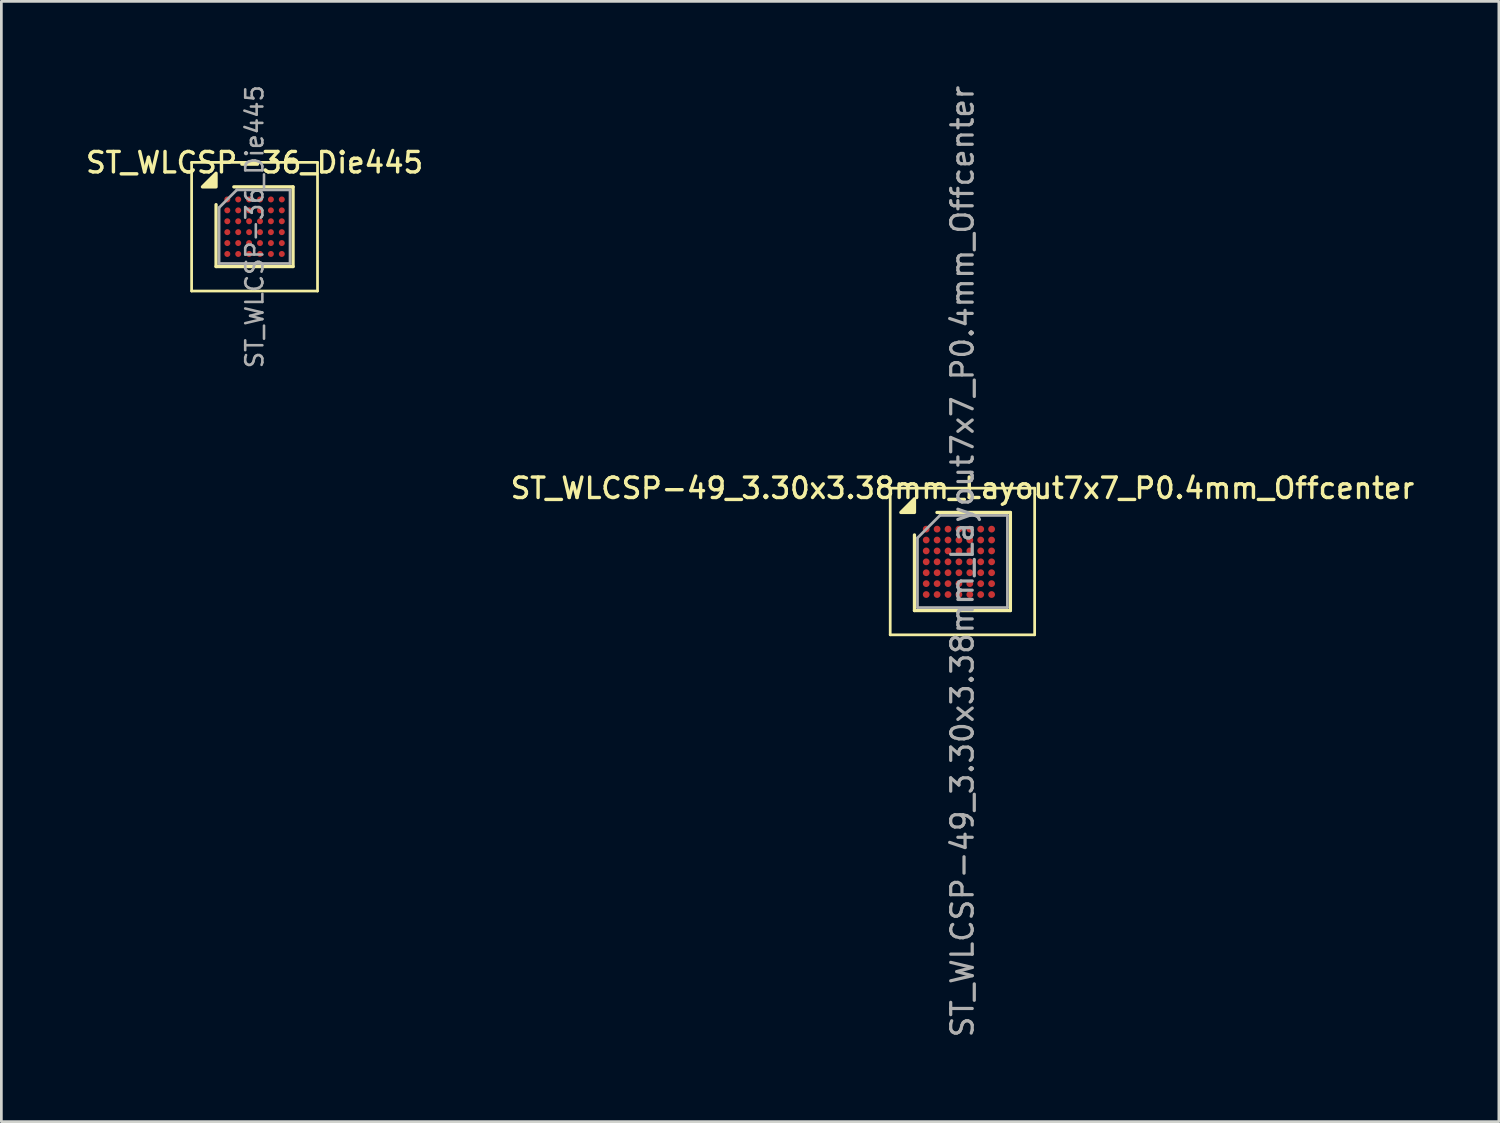
<source format=kicad_pcb>
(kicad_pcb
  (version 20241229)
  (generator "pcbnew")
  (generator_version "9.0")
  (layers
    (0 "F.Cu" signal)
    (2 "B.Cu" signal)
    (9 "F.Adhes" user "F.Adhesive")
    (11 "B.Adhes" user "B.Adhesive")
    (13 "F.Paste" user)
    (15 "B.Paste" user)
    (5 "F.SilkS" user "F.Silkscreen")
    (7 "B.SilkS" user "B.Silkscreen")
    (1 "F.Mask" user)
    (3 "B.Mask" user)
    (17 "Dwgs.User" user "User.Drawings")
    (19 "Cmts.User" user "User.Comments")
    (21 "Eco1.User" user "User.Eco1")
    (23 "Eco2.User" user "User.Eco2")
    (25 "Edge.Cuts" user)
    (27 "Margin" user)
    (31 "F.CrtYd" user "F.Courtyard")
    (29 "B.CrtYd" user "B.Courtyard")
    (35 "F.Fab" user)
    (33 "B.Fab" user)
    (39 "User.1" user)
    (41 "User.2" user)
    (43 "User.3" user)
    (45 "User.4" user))
  (footprint "ST_WLCSP-49_3.30x3.38mm_Layout7x7_P0.4mm_Offcenter"
    (layer "F.Cu")
    (at 32.266 17.554)
    (property "Reference" "ST_WLCSP-49_3.30x3.38mm_Layout7x7_P0.4mm_Offcenter" (at 0 -2.69 0) (layer "F.SilkS") (effects (font (size 0.75 0.75) (thickness 0.125))))
    (attr smd)
    (fp_line (start -2.65 -2.69) (end -2.65 2.69) (stroke (width 0.1) (type solid)) (layer "F.SilkS"))
    (fp_line (start -2.65 2.69) (end 2.65 2.69) (stroke (width 0.1) (type solid)) (layer "F.SilkS"))
    (fp_line (start -1.76 1.8) (end -1.76 -0.975) (stroke (width 0.12) (type solid)) (layer "F.SilkS"))
    (fp_line (start -0.935 -1.8) (end 1.76 -1.8) (stroke (width 0.12) (type solid)) (layer "F.SilkS"))
    (fp_line (start 1.76 -1.8) (end 1.76 1.8) (stroke (width 0.12) (type solid)) (layer "F.SilkS"))
    (fp_line (start 1.76 1.8) (end -1.76 1.8) (stroke (width 0.12) (type solid)) (layer "F.SilkS"))
    (fp_line (start 2.65 -2.69) (end -2.65 -2.69) (stroke (width 0.1) (type solid)) (layer "F.SilkS"))
    (fp_line (start 2.65 2.69) (end 2.65 -2.69) (stroke (width 0.1) (type solid)) (layer "F.SilkS"))
    (fp_poly (pts (xy -1.76 -1.8) (xy -2.26 -1.8) (xy -1.76 -2.3) (xy -1.76 -1.8)) (stroke (width 0.12) (type solid)) (fill yes) (layer "F.SilkS"))
    (fp_line (start -1.65 -0.865) (end -0.825 -1.69) (stroke (width 0.1) (type solid)) (layer "F.Fab"))
    (fp_line (start -1.65 1.69) (end -1.65 -0.865) (stroke (width 0.1) (type solid)) (layer "F.Fab"))
    (fp_line (start -0.825 -1.69) (end 1.65 -1.69) (stroke (width 0.1) (type solid)) (layer "F.Fab"))
    (fp_line (start 1.65 -1.69) (end 1.65 1.69) (stroke (width 0.1) (type solid)) (layer "F.Fab"))
    (fp_line (start 1.65 1.69) (end -1.65 1.69) (stroke (width 0.1) (type solid)) (layer "F.Fab"))
    (fp_text user "${REFERENCE}" (at 0 0 270) (layer "F.Fab") (effects (font (size 0.79 0.79) (thickness 0.118))))
    (pad "A1" smd circle (at -1.329 -1.188) (size 0.25 0.25) (property pad_prop_bga) (layers "F.Cu" "F.Mask" "F.Paste"))
    (pad "A2" smd circle (at -0.929 -1.188) (size 0.25 0.25) (property pad_prop_bga) (layers "F.Cu" "F.Mask" "F.Paste"))
    (pad "A3" smd circle (at -0.529 -1.188) (size 0.25 0.25) (property pad_prop_bga) (layers "F.Cu" "F.Mask" "F.Paste"))
    (pad "A4" smd circle (at -0.129 -1.188) (size 0.25 0.25) (property pad_prop_bga) (layers "F.Cu" "F.Mask" "F.Paste"))
    (pad "A5" smd circle (at 0.271 -1.188) (size 0.25 0.25) (property pad_prop_bga) (layers "F.Cu" "F.Mask" "F.Paste"))
    (pad "A6" smd circle (at 0.671 -1.188) (size 0.25 0.25) (property pad_prop_bga) (layers "F.Cu" "F.Mask" "F.Paste"))
    (pad "A7" smd circle (at 1.071 -1.188) (size 0.25 0.25) (property pad_prop_bga) (layers "F.Cu" "F.Mask" "F.Paste"))
    (pad "B1" smd circle (at -1.329 -0.788) (size 0.25 0.25) (property pad_prop_bga) (layers "F.Cu" "F.Mask" "F.Paste"))
    (pad "B2" smd circle (at -0.929 -0.788) (size 0.25 0.25) (property pad_prop_bga) (layers "F.Cu" "F.Mask" "F.Paste"))
    (pad "B3" smd circle (at -0.529 -0.788) (size 0.25 0.25) (property pad_prop_bga) (layers "F.Cu" "F.Mask" "F.Paste"))
    (pad "B4" smd circle (at -0.129 -0.788) (size 0.25 0.25) (property pad_prop_bga) (layers "F.Cu" "F.Mask" "F.Paste"))
    (pad "B5" smd circle (at 0.271 -0.788) (size 0.25 0.25) (property pad_prop_bga) (layers "F.Cu" "F.Mask" "F.Paste"))
    (pad "B6" smd circle (at 0.671 -0.788) (size 0.25 0.25) (property pad_prop_bga) (layers "F.Cu" "F.Mask" "F.Paste"))
    (pad "B7" smd circle (at 1.071 -0.788) (size 0.25 0.25) (property pad_prop_bga) (layers "F.Cu" "F.Mask" "F.Paste"))
    (pad "C1" smd circle (at -1.329 -0.388) (size 0.25 0.25) (property pad_prop_bga) (layers "F.Cu" "F.Mask" "F.Paste"))
    (pad "C2" smd circle (at -0.929 -0.388) (size 0.25 0.25) (property pad_prop_bga) (layers "F.Cu" "F.Mask" "F.Paste"))
    (pad "C3" smd circle (at -0.529 -0.388) (size 0.25 0.25) (property pad_prop_bga) (layers "F.Cu" "F.Mask" "F.Paste"))
    (pad "C4" smd circle (at -0.129 -0.388) (size 0.25 0.25) (property pad_prop_bga) (layers "F.Cu" "F.Mask" "F.Paste"))
    (pad "C5" smd circle (at 0.271 -0.388) (size 0.25 0.25) (property pad_prop_bga) (layers "F.Cu" "F.Mask" "F.Paste"))
    (pad "C6" smd circle (at 0.671 -0.388) (size 0.25 0.25) (property pad_prop_bga) (layers "F.Cu" "F.Mask" "F.Paste"))
    (pad "C7" smd circle (at 1.071 -0.388) (size 0.25 0.25) (property pad_prop_bga) (layers "F.Cu" "F.Mask" "F.Paste"))
    (pad "D1" smd circle (at -1.329 0.012) (size 0.25 0.25) (property pad_prop_bga) (layers "F.Cu" "F.Mask" "F.Paste"))
    (pad "D2" smd circle (at -0.929 0.012) (size 0.25 0.25) (property pad_prop_bga) (layers "F.Cu" "F.Mask" "F.Paste"))
    (pad "D3" smd circle (at -0.529 0.012) (size 0.25 0.25) (property pad_prop_bga) (layers "F.Cu" "F.Mask" "F.Paste"))
    (pad "D4" smd circle (at -0.129 0.012) (size 0.25 0.25) (property pad_prop_bga) (layers "F.Cu" "F.Mask" "F.Paste"))
    (pad "D5" smd circle (at 0.271 0.012) (size 0.25 0.25) (property pad_prop_bga) (layers "F.Cu" "F.Mask" "F.Paste"))
    (pad "D6" smd circle (at 0.671 0.012) (size 0.25 0.25) (property pad_prop_bga) (layers "F.Cu" "F.Mask" "F.Paste"))
    (pad "D7" smd circle (at 1.071 0.012) (size 0.25 0.25) (property pad_prop_bga) (layers "F.Cu" "F.Mask" "F.Paste"))
    (pad "E1" smd circle (at -1.329 0.412) (size 0.25 0.25) (property pad_prop_bga) (layers "F.Cu" "F.Mask" "F.Paste"))
    (pad "E2" smd circle (at -0.929 0.412) (size 0.25 0.25) (property pad_prop_bga) (layers "F.Cu" "F.Mask" "F.Paste"))
    (pad "E3" smd circle (at -0.529 0.412) (size 0.25 0.25) (property pad_prop_bga) (layers "F.Cu" "F.Mask" "F.Paste"))
    (pad "E4" smd circle (at -0.129 0.412) (size 0.25 0.25) (property pad_prop_bga) (layers "F.Cu" "F.Mask" "F.Paste"))
    (pad "E5" smd circle (at 0.271 0.412) (size 0.25 0.25) (property pad_prop_bga) (layers "F.Cu" "F.Mask" "F.Paste"))
    (pad "E6" smd circle (at 0.671 0.412) (size 0.25 0.25) (property pad_prop_bga) (layers "F.Cu" "F.Mask" "F.Paste"))
    (pad "E7" smd circle (at 1.071 0.412) (size 0.25 0.25) (property pad_prop_bga) (layers "F.Cu" "F.Mask" "F.Paste"))
    (pad "F1" smd circle (at -1.329 0.812) (size 0.25 0.25) (property pad_prop_bga) (layers "F.Cu" "F.Mask" "F.Paste"))
    (pad "F2" smd circle (at -0.929 0.812) (size 0.25 0.25) (property pad_prop_bga) (layers "F.Cu" "F.Mask" "F.Paste"))
    (pad "F3" smd circle (at -0.529 0.812) (size 0.25 0.25) (property pad_prop_bga) (layers "F.Cu" "F.Mask" "F.Paste"))
    (pad "F4" smd circle (at -0.129 0.812) (size 0.25 0.25) (property pad_prop_bga) (layers "F.Cu" "F.Mask" "F.Paste"))
    (pad "F5" smd circle (at 0.271 0.812) (size 0.25 0.25) (property pad_prop_bga) (layers "F.Cu" "F.Mask" "F.Paste"))
    (pad "F6" smd circle (at 0.671 0.812) (size 0.25 0.25) (property pad_prop_bga) (layers "F.Cu" "F.Mask" "F.Paste"))
    (pad "F7" smd circle (at 1.071 0.812) (size 0.25 0.25) (property pad_prop_bga) (layers "F.Cu" "F.Mask" "F.Paste"))
    (pad "G1" smd circle (at -1.329 1.212) (size 0.25 0.25) (property pad_prop_bga) (layers "F.Cu" "F.Mask" "F.Paste"))
    (pad "G2" smd circle (at -0.929 1.212) (size 0.25 0.25) (property pad_prop_bga) (layers "F.Cu" "F.Mask" "F.Paste"))
    (pad "G3" smd circle (at -0.529 1.212) (size 0.25 0.25) (property pad_prop_bga) (layers "F.Cu" "F.Mask" "F.Paste"))
    (pad "G4" smd circle (at -0.129 1.212) (size 0.25 0.25) (property pad_prop_bga) (layers "F.Cu" "F.Mask" "F.Paste"))
    (pad "G5" smd circle (at 0.271 1.212) (size 0.25 0.25) (property pad_prop_bga) (layers "F.Cu" "F.Mask" "F.Paste"))
    (pad "G6" smd circle (at 0.671 1.212) (size 0.25 0.25) (property pad_prop_bga) (layers "F.Cu" "F.Mask" "F.Paste"))
    (pad "G7" smd circle (at 1.071 1.212) (size 0.25 0.25) (property pad_prop_bga) (layers "F.Cu" "F.Mask" "F.Paste")))
  (footprint "ST_WLCSP-36_Die445"
    (layer "F.Cu")
    (at 6.291 5.269)
    (property "Reference" "ST_WLCSP-36_Die445" (at 0 -2.352 0) (layer "F.SilkS") (effects (font (size 0.75 0.75) (thickness 0.125))))
    (attr smd)
    (fp_line (start -2.31 -2.36) (end -2.31 2.36) (stroke (width 0.1) (type solid)) (layer "F.SilkS"))
    (fp_line (start -2.31 2.36) (end 2.31 2.36) (stroke (width 0.1) (type solid)) (layer "F.SilkS"))
    (fp_line (start -1.413 1.462) (end -1.413 -0.81) (stroke (width 0.12) (type solid)) (layer "F.SilkS"))
    (fp_line (start -0.761 -1.462) (end 1.413 -1.462) (stroke (width 0.12) (type solid)) (layer "F.SilkS"))
    (fp_line (start 1.413 -1.462) (end 1.413 1.462) (stroke (width 0.12) (type solid)) (layer "F.SilkS"))
    (fp_line (start 1.413 1.462) (end -1.413 1.462) (stroke (width 0.12) (type solid)) (layer "F.SilkS"))
    (fp_line (start 2.31 -2.36) (end -2.31 -2.36) (stroke (width 0.1) (type solid)) (layer "F.SilkS"))
    (fp_line (start 2.31 2.36) (end 2.31 -2.36) (stroke (width 0.1) (type solid)) (layer "F.SilkS"))
    (fp_poly (pts (xy -1.413 -1.462) (xy -1.913 -1.462) (xy -1.413 -1.962) (xy -1.413 -1.462)) (stroke (width 0.12) (type solid)) (fill yes) (layer "F.SilkS"))
    (fp_line (start -1.302 -0.7) (end -0.651 -1.351) (stroke (width 0.1) (type solid)) (layer "F.Fab"))
    (fp_line (start -1.302 1.351) (end -1.302 -0.7) (stroke (width 0.1) (type solid)) (layer "F.Fab"))
    (fp_line (start -0.651 -1.351) (end 1.302 -1.351) (stroke (width 0.1) (type solid)) (layer "F.Fab"))
    (fp_line (start 1.302 -1.351) (end 1.302 1.351) (stroke (width 0.1) (type solid)) (layer "F.Fab"))
    (fp_line (start 1.302 1.351) (end -1.302 1.351) (stroke (width 0.1) (type solid)) (layer "F.Fab"))
    (fp_text user "${REFERENCE}" (at 0 0 270) (layer "F.Fab") (effects (font (size 0.63 0.63) (thickness 0.095))))
    (pad "A1" smd circle (at -1 -1) (size 0.22 0.22) (property pad_prop_bga) (layers "F.Cu" "F.Mask" "F.Paste"))
    (pad "A2" smd circle (at -0.6 -1) (size 0.22 0.22) (property pad_prop_bga) (layers "F.Cu" "F.Mask" "F.Paste"))
    (pad "A3" smd circle (at -0.2 -1) (size 0.22 0.22) (property pad_prop_bga) (layers "F.Cu" "F.Mask" "F.Paste"))
    (pad "A4" smd circle (at 0.2 -1) (size 0.22 0.22) (property pad_prop_bga) (layers "F.Cu" "F.Mask" "F.Paste"))
    (pad "A5" smd circle (at 0.6 -1) (size 0.22 0.22) (property pad_prop_bga) (layers "F.Cu" "F.Mask" "F.Paste"))
    (pad "A6" smd circle (at 1 -1) (size 0.22 0.22) (property pad_prop_bga) (layers "F.Cu" "F.Mask" "F.Paste"))
    (pad "B1" smd circle (at -1 -0.6) (size 0.22 0.22) (property pad_prop_bga) (layers "F.Cu" "F.Mask" "F.Paste"))
    (pad "B2" smd circle (at -0.6 -0.6) (size 0.22 0.22) (property pad_prop_bga) (layers "F.Cu" "F.Mask" "F.Paste"))
    (pad "B3" smd circle (at -0.2 -0.6) (size 0.22 0.22) (property pad_prop_bga) (layers "F.Cu" "F.Mask" "F.Paste"))
    (pad "B4" smd circle (at 0.2 -0.6) (size 0.22 0.22) (property pad_prop_bga) (layers "F.Cu" "F.Mask" "F.Paste"))
    (pad "B5" smd circle (at 0.6 -0.6) (size 0.22 0.22) (property pad_prop_bga) (layers "F.Cu" "F.Mask" "F.Paste"))
    (pad "B6" smd circle (at 1 -0.6) (size 0.22 0.22) (property pad_prop_bga) (layers "F.Cu" "F.Mask" "F.Paste"))
    (pad "C1" smd circle (at -1 -0.2) (size 0.22 0.22) (property pad_prop_bga) (layers "F.Cu" "F.Mask" "F.Paste"))
    (pad "C2" smd circle (at -0.6 -0.2) (size 0.22 0.22) (property pad_prop_bga) (layers "F.Cu" "F.Mask" "F.Paste"))
    (pad "C3" smd circle (at -0.2 -0.2) (size 0.22 0.22) (property pad_prop_bga) (layers "F.Cu" "F.Mask" "F.Paste"))
    (pad "C4" smd circle (at 0.2 -0.2) (size 0.22 0.22) (property pad_prop_bga) (layers "F.Cu" "F.Mask" "F.Paste"))
    (pad "C5" smd circle (at 0.6 -0.2) (size 0.22 0.22) (property pad_prop_bga) (layers "F.Cu" "F.Mask" "F.Paste"))
    (pad "C6" smd circle (at 1 -0.2) (size 0.22 0.22) (property pad_prop_bga) (layers "F.Cu" "F.Mask" "F.Paste"))
    (pad "D1" smd circle (at -1 0.2) (size 0.22 0.22) (property pad_prop_bga) (layers "F.Cu" "F.Mask" "F.Paste"))
    (pad "D2" smd circle (at -0.6 0.2) (size 0.22 0.22) (property pad_prop_bga) (layers "F.Cu" "F.Mask" "F.Paste"))
    (pad "D3" smd circle (at -0.2 0.2) (size 0.22 0.22) (property pad_prop_bga) (layers "F.Cu" "F.Mask" "F.Paste"))
    (pad "D4" smd circle (at 0.2 0.2) (size 0.22 0.22) (property pad_prop_bga) (layers "F.Cu" "F.Mask" "F.Paste"))
    (pad "D5" smd circle (at 0.6 0.2) (size 0.22 0.22) (property pad_prop_bga) (layers "F.Cu" "F.Mask" "F.Paste"))
    (pad "D6" smd circle (at 1 0.2) (size 0.22 0.22) (property pad_prop_bga) (layers "F.Cu" "F.Mask" "F.Paste"))
    (pad "E1" smd circle (at -1 0.6) (size 0.22 0.22) (property pad_prop_bga) (layers "F.Cu" "F.Mask" "F.Paste"))
    (pad "E2" smd circle (at -0.6 0.6) (size 0.22 0.22) (property pad_prop_bga) (layers "F.Cu" "F.Mask" "F.Paste"))
    (pad "E3" smd circle (at -0.2 0.6) (size 0.22 0.22) (property pad_prop_bga) (layers "F.Cu" "F.Mask" "F.Paste"))
    (pad "E4" smd circle (at 0.2 0.6) (size 0.22 0.22) (property pad_prop_bga) (layers "F.Cu" "F.Mask" "F.Paste"))
    (pad "E5" smd circle (at 0.6 0.6) (size 0.22 0.22) (property pad_prop_bga) (layers "F.Cu" "F.Mask" "F.Paste"))
    (pad "E6" smd circle (at 1 0.6) (size 0.22 0.22) (property pad_prop_bga) (layers "F.Cu" "F.Mask" "F.Paste"))
    (pad "F1" smd circle (at -1 1) (size 0.22 0.22) (property pad_prop_bga) (layers "F.Cu" "F.Mask" "F.Paste"))
    (pad "F2" smd circle (at -0.6 1) (size 0.22 0.22) (property pad_prop_bga) (layers "F.Cu" "F.Mask" "F.Paste"))
    (pad "F3" smd circle (at -0.2 1) (size 0.22 0.22) (property pad_prop_bga) (layers "F.Cu" "F.Mask" "F.Paste"))
    (pad "F4" smd circle (at 0.2 1) (size 0.22 0.22) (property pad_prop_bga) (layers "F.Cu" "F.Mask" "F.Paste"))
    (pad "F5" smd circle (at 0.6 1) (size 0.22 0.22) (property pad_prop_bga) (layers "F.Cu" "F.Mask" "F.Paste"))
    (pad "F6" smd circle (at 1 1) (size 0.22 0.22) (property pad_prop_bga) (layers "F.Cu" "F.Mask" "F.Paste")))
  (gr_rect
    (start -3 -3)
    (end 51.95 38.108)
    (stroke (width 0.1) (type default))
    (fill no)
    (layer "Edge.Cuts")))
</source>
